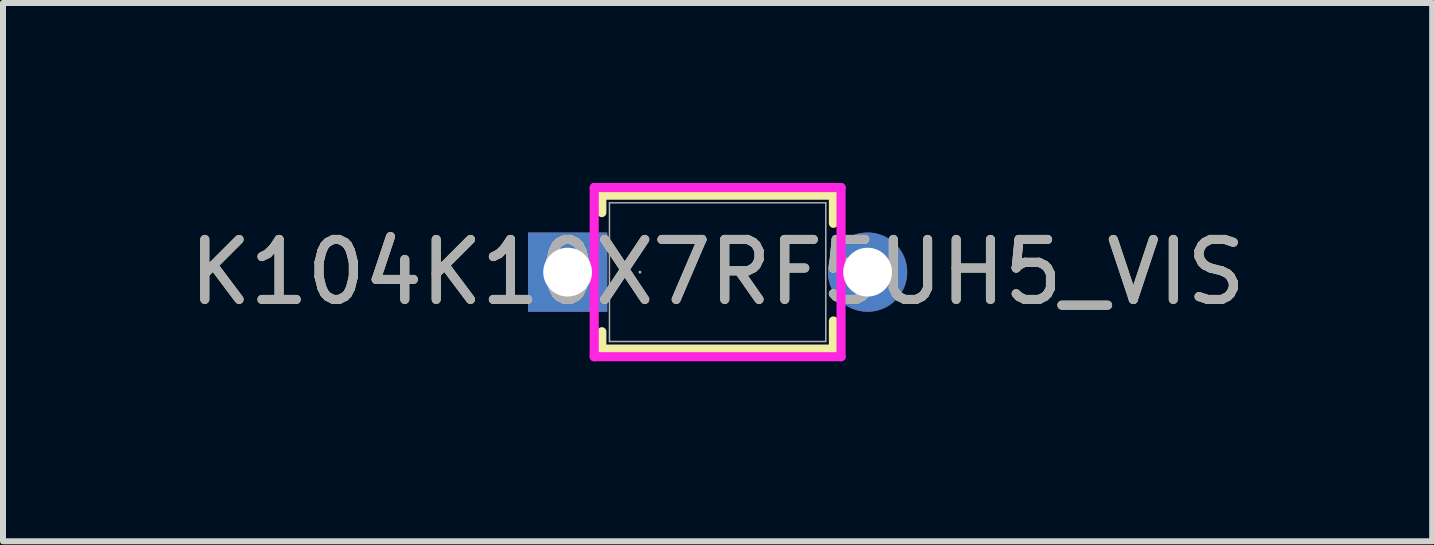
<source format=kicad_pcb>
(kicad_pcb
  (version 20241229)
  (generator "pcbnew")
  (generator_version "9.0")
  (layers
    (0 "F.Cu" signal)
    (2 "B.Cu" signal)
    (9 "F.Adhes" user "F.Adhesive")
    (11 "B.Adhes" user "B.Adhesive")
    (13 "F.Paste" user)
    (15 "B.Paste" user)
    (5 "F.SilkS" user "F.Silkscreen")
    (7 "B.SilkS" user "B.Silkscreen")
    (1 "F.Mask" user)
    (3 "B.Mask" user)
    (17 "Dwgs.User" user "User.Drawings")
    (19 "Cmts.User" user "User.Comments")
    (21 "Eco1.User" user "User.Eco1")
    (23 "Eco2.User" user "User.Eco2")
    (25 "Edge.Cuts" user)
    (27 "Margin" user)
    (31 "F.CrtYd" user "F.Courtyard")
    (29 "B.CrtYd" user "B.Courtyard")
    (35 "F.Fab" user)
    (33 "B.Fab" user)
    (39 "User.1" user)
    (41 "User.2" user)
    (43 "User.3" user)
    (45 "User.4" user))
  (footprint "K104K10X7RF5UH5_VIS"
    (layer "F.Cu")
    (at 6.411 1.486)
    (property "Reference" "K104K10X7RF5UH5_VIS" (at 2.5 0 0) (unlocked yes) (layer "F.SilkS") (effects (font (size 1 1) (thickness 0.15))))
    (attr through_hole)
    (fp_line (start 0.57 -1.283) (end 0.57 -0.993) (stroke (width 0.152) (type solid)) (layer "F.SilkS"))
    (fp_line (start 0.57 0.993) (end 0.57 1.283) (stroke (width 0.152) (type solid)) (layer "F.SilkS"))
    (fp_line (start 4.43 -1.283) (end 0.57 -1.283) (stroke (width 0.152) (type solid)) (layer "F.SilkS"))
    (fp_line (start 4.43 -1.283) (end 4.43 -0.814) (stroke (width 0.152) (type solid)) (layer "F.SilkS"))
    (fp_line (start 4.43 0.814) (end 4.43 1.283) (stroke (width 0.152) (type solid)) (layer "F.SilkS"))
    (fp_line (start 4.43 1.283) (end 0.57 1.283) (stroke (width 0.152) (type solid)) (layer "F.SilkS"))
    (fp_line (start 0.443 -1.41) (end 4.557 -1.41) (stroke (width 0.152) (type solid)) (layer "F.CrtYd"))
    (fp_line (start 0.443 1.41) (end 0.443 -1.41) (stroke (width 0.152) (type solid)) (layer "F.CrtYd"))
    (fp_line (start 4.557 -1.41) (end 4.557 1.41) (stroke (width 0.152) (type solid)) (layer "F.CrtYd"))
    (fp_line (start 4.557 1.41) (end 0.443 1.41) (stroke (width 0.152) (type solid)) (layer "F.CrtYd"))
    (fp_line (start 0.697 -1.156) (end 0.697 1.156) (stroke (width 0.025) (type solid)) (layer "F.Fab"))
    (fp_line (start 4.303 -1.156) (end 0.697 -1.156) (stroke (width 0.025) (type solid)) (layer "F.Fab"))
    (fp_line (start 4.303 -1.156) (end 4.303 1.156) (stroke (width 0.025) (type solid)) (layer "F.Fab"))
    (fp_line (start 4.303 1.156) (end 0.697 1.156) (stroke (width 0.025) (type solid)) (layer "F.Fab"))
    (fp_circle (center 1.205 0) (end 1.205 0) (stroke (width 0.025) (type solid)) (fill no) (layer "F.Fab"))
    (fp_text user "${REFERENCE}" (at 2.5 0 0) (unlocked yes) (layer "F.Fab") (effects (font (size 1 1) (thickness 0.15))))
    (pad "1" thru_hole rect (at 0 0) (size 1.321 1.321) (drill 0.813) (layers "*.Cu" "*.Mask"))
    (pad "2" thru_hole circle (at 5 0) (size 1.321 1.321) (drill 0.813) (layers "*.Cu" "*.Mask")))
  (gr_rect
    (start -3 -3)
    (end 20.821 5.972)
    (stroke (width 0.1) (type default))
    (fill no)
    (layer "Edge.Cuts")))
</source>
